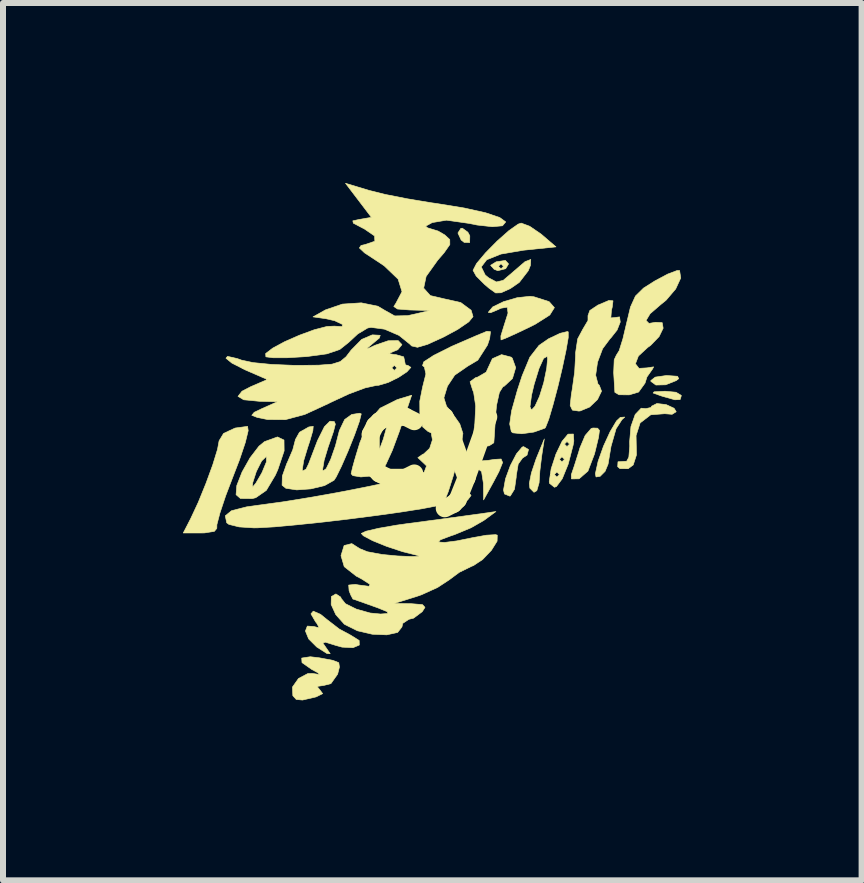
<source format=kicad_pcb>
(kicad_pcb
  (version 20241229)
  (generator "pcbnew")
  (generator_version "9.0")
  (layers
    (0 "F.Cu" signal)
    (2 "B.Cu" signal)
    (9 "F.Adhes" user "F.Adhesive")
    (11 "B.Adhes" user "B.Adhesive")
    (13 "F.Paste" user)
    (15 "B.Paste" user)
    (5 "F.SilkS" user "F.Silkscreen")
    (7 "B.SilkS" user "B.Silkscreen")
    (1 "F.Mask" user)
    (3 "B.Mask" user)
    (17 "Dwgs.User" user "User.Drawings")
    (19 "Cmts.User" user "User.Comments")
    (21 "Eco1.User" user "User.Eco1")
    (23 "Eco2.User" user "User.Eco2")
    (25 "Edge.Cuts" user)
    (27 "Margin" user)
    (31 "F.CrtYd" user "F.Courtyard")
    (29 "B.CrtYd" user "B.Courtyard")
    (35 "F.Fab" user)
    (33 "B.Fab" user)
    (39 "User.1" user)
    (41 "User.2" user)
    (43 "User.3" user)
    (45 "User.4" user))
  (footprint "cy"
    (layer "F.Cu")
    (at 4.073 4.225)
    (property "Reference" "cy" (at 0 0 0) (layer "F.SilkS") (effects (font (size 1.524 1.524) (thickness 0.3))))
    (attr through_hole)
    (fp_poly (pts (xy 0.676 -3.404) (xy 0.708 -3.344) (xy 0.706 -3.232) (xy 0.615 -3.234) (xy 0.564 -3.274) (xy 0.51 -3.391) (xy 0.559 -3.468) (xy 0.584 -3.471) (xy 0.676 -3.404)) (stroke (width 0.01) (type solid)) (fill yes) (layer "F.SilkS"))
    (fp_poly (pts (xy 4.171 -1.003) (xy 4.19 -0.963) (xy 4.149 -0.931) (xy 3.973 -0.861) (xy 3.81 -0.857) (xy 3.727 -0.917) (xy 3.725 -0.931) (xy 3.799 -0.989) (xy 3.98 -1.015) (xy 4 -1.015) (xy 4.171 -1.003)) (stroke (width 0.01) (type solid)) (fill yes) (layer "F.SilkS"))
    (fp_poly (pts (xy 4.145 -0.737) (xy 4.233 -0.684) (xy 4.233 -0.677) (xy 4.214 -0.615) (xy 4.127 -0.611) (xy 3.93 -0.666) (xy 3.895 -0.677) (xy 3.764 -0.724) (xy 3.78 -0.744) (xy 3.953 -0.753) (xy 3.958 -0.754) (xy 4.145 -0.737)) (stroke (width 0.01) (type solid)) (fill yes) (layer "F.SilkS"))
    (fp_poly (pts (xy 1.906 0.328) (xy 1.876 0.575) (xy 1.863 0.771) (xy 1.863 0.773) (xy 1.825 0.904) (xy 1.778 0.931) (xy 1.709 0.862) (xy 1.7 0.783) (xy 1.735 0.608) (xy 1.814 0.373) (xy 1.828 0.339) (xy 1.95 0.042) (xy 1.906 0.328)) (stroke (width 0.01) (type solid)) (fill yes) (layer "F.SilkS"))
    (fp_poly (pts (xy 1.354 -2.876) (xy 1.306 -2.796) (xy 1.175 -2.763) (xy 1.114 -2.786) (xy 1.07 -2.836) (xy 1.185 -2.836) (xy 1.228 -2.794) (xy 1.27 -2.836) (xy 1.228 -2.879) (xy 1.185 -2.836) (xy 1.07 -2.836) (xy 1.055 -2.853) (xy 1.148 -2.911) (xy 1.301 -2.934) (xy 1.354 -2.876)) (stroke (width 0.01) (type solid)) (fill yes) (layer "F.SilkS"))
    (fp_poly (pts (xy 3.244 -0.28) (xy 3.146 -0.128) (xy 3.062 0.165) (xy 3.013 0.461) (xy 2.963 0.582) (xy 2.88 0.665) (xy 2.812 0.675) (xy 2.801 0.621) (xy 2.847 0.414) (xy 2.937 0.161) (xy 3.048 -0.081) (xy 3.154 -0.259) (xy 3.217 -0.318) (xy 3.291 -0.323) (xy 3.244 -0.28)) (stroke (width 0.01) (type solid)) (fill yes) (layer "F.SilkS"))
    (fp_poly (pts (xy 1.687 0.218) (xy 1.662 0.311) (xy 1.587 0.36) (xy 1.515 0.46) (xy 1.482 0.656) (xy 1.482 0.677) (xy 1.453 0.879) (xy 1.384 0.991) (xy 1.376 0.995) (xy 1.286 0.959) (xy 1.27 0.893) (xy 1.303 0.707) (xy 1.384 0.486) (xy 1.486 0.29) (xy 1.58 0.178) (xy 1.604 0.169) (xy 1.687 0.218)) (stroke (width 0.01) (type solid)) (fill yes) (layer "F.SilkS"))
    (fp_poly (pts (xy 2.838 -0.138) (xy 2.869 -0.101) (xy 2.855 0.01) (xy 2.8 0.238) (xy 2.786 0.293) (xy 2.677 0.578) (xy 2.532 0.704) (xy 2.525 0.706) (xy 2.402 0.708) (xy 2.4 0.638) (xy 2.451 0.488) (xy 2.524 0.257) (xy 2.543 0.192) (xy 2.631 -0.016) (xy 2.731 -0.132) (xy 2.761 -0.141) (xy 2.838 -0.138)) (stroke (width 0.01) (type solid)) (fill yes) (layer "F.SilkS"))
    (fp_poly (pts (xy -2.986 -0.096) (xy -3.034 0.101) (xy -3.132 0.392) (xy -3.229 0.643) (xy -3.361 0.988) (xy -3.457 1.276) (xy -3.508 1.471) (xy -3.509 1.532) (xy -3.55 1.582) (xy -3.713 1.608) (xy -3.765 1.609) (xy -4.068 1.609) (xy -3.944 1.368) (xy -3.819 1.1) (xy -3.69 0.783) (xy -3.576 0.471) (xy -3.497 0.214) (xy -3.471 0.073) (xy -3.396 -0.051) (xy -3.204 -0.14) (xy -2.996 -0.168) (xy -2.986 -0.096)) (stroke (width 0.01) (type solid)) (fill yes) (layer "F.SilkS"))
    (fp_poly (pts (xy 1.778 -2.328) (xy 2.03 -2.247) (xy 2.118 -2.147) (xy 2.041 -2.024) (xy 1.8 -1.871) (xy 1.731 -1.836) (xy 1.48 -1.716) (xy 1.297 -1.634) (xy 1.228 -1.609) (xy 1.226 -1.676) (xy 1.272 -1.826) (xy 1.345 -2.056) (xy 1.332 -2.155) (xy 1.226 -2.137) (xy 1.185 -2.117) (xy 1.054 -2.062) (xy 1.016 -2.069) (xy 1.09 -2.159) (xy 1.271 -2.247) (xy 1.498 -2.313) (xy 1.711 -2.336) (xy 1.778 -2.328)) (stroke (width 0.01) (type solid)) (fill yes) (layer "F.SilkS"))
    (fp_poly (pts (xy 1.255 0.435) (xy 1.193 0.588) (xy 1.101 0.762) (xy 0.938 1.058) (xy 0.935 0.783) (xy 0.904 0.585) (xy 0.826 0.529) (xy 0.716 0.607) (xy 0.643 0.746) (xy 0.634 0.874) (xy 0.673 0.916) (xy 0.729 0.983) (xy 0.67 1.062) (xy 0.536 1.101) (xy 0.445 1.048) (xy 0.457 0.966) (xy 0.519 0.776) (xy 0.56 0.627) (xy 0.669 0.454) (xy 0.792 0.417) (xy 1.017 0.398) (xy 1.122 0.382) (xy 1.23 0.376) (xy 1.255 0.435)) (stroke (width 0.01) (type solid)) (fill yes) (layer "F.SilkS"))
    (fp_poly (pts (xy -1.78 2.965) (xy -1.678 3.048) (xy -1.468 3.21) (xy -1.277 3.313) (xy -1.136 3.401) (xy -1.134 3.477) (xy -1.239 3.521) (xy -1.421 3.512) (xy -1.527 3.483) (xy -1.7 3.429) (xy -1.741 3.444) (xy -1.692 3.515) (xy -1.619 3.622) (xy -1.672 3.619) (xy -1.844 3.509) (xy -1.978 3.375) (xy -2.032 3.243) (xy -2 3.161) (xy -1.893 3.168) (xy -1.802 3.19) (xy -1.84 3.119) (xy -1.863 3.09) (xy -1.94 2.957) (xy -1.901 2.912) (xy -1.78 2.965)) (stroke (width 0.01) (type solid)) (fill yes) (layer "F.SilkS"))
    (fp_poly (pts (xy -1.799 3.69) (xy -1.575 3.732) (xy -1.476 3.771) (xy -1.465 3.844) (xy -1.495 3.962) (xy -1.607 4.12) (xy -1.724 4.15) (xy -1.838 4.167) (xy -1.794 4.222) (xy -1.792 4.223) (xy -1.745 4.287) (xy -1.853 4.341) (xy -1.877 4.347) (xy -2.081 4.394) (xy -2.185 4.384) (xy -2.242 4.321) (xy -2.248 4.177) (xy -2.147 4.034) (xy -1.991 3.952) (xy -1.913 3.951) (xy -1.797 3.968) (xy -1.826 3.938) (xy -1.926 3.884) (xy -2.089 3.77) (xy -2.094 3.694) (xy -1.951 3.672) (xy -1.799 3.69)) (stroke (width 0.01) (type solid)) (fill yes) (layer "F.SilkS"))
    (fp_poly (pts (xy 3.98 -0.531) (xy 4.113 -0.47) (xy 4.149 -0.412) (xy 4.08 -0.369) (xy 3.958 -0.379) (xy 3.724 -0.361) (xy 3.547 -0.225) (xy 3.479 -0.013) (xy 3.48 0.013) (xy 3.486 0.308) (xy 3.432 0.475) (xy 3.347 0.538) (xy 3.211 0.537) (xy 3.173 0.504) (xy 3.178 0.422) (xy 3.32 0.413) (xy 3.323 0.413) (xy 3.359 0.345) (xy 3.374 0.162) (xy 3.372 0.089) (xy 3.394 -0.165) (xy 3.465 -0.366) (xy 3.565 -0.471) (xy 3.643 -0.464) (xy 3.728 -0.483) (xy 3.739 -0.505) (xy 3.827 -0.549) (xy 3.98 -0.531)) (stroke (width 0.01) (type solid)) (fill yes) (layer "F.SilkS"))
    (fp_poly (pts (xy 1.397 -1.322) (xy 1.416 -1.305) (xy 1.473 -1.147) (xy 1.419 -0.965) (xy 1.281 -0.837) (xy 1.261 -0.83) (xy 1.201 -0.734) (xy 1.155 -0.525) (xy 1.14 -0.378) (xy 1.124 -0.122) (xy 1.112 0.06) (xy 1.108 0.106) (xy 1.03 0.156) (xy 0.92 0.169) (xy 0.812 0.154) (xy 0.769 0.078) (xy 0.777 -0.102) (xy 0.792 -0.219) (xy 0.806 -0.507) (xy 0.772 -0.734) (xy 0.755 -0.775) (xy 0.712 -0.912) (xy 0.803 -0.979) (xy 0.84 -0.99) (xy 0.981 -1.072) (xy 1.016 -1.149) (xy 1.084 -1.296) (xy 1.237 -1.364) (xy 1.397 -1.322)) (stroke (width 0.01) (type solid)) (fill yes) (layer "F.SilkS"))
    (fp_poly (pts (xy -2.389 0.06) (xy -2.387 0.241) (xy -2.492 0.553) (xy -2.533 0.645) (xy -2.684 0.899) (xy -2.86 1.021) (xy -2.918 1.036) (xy -3.115 1.034) (xy -3.188 0.971) (xy -3.178 0.846) (xy -2.918 0.846) (xy -2.916 0.847) (xy -2.859 0.78) (xy -2.764 0.617) (xy -2.752 0.593) (xy -2.682 0.424) (xy -2.681 0.341) (xy -2.689 0.339) (xy -2.762 0.409) (xy -2.848 0.58) (xy -2.853 0.593) (xy -2.909 0.766) (xy -2.918 0.846) (xy -3.178 0.846) (xy -3.176 0.818) (xy -3.088 0.593) (xy -2.954 0.355) (xy -2.806 0.162) (xy -2.715 0.087) (xy -2.498 0.008) (xy -2.389 0.06)) (stroke (width 0.01) (type solid)) (fill yes) (layer "F.SilkS"))
    (fp_poly (pts (xy -0.47 -0.073) (xy -0.583 0.231) (xy -0.692 0.47) (xy -0.774 0.6) (xy -0.784 0.608) (xy -0.93 0.659) (xy -1.108 0.675) (xy -1.242 0.653) (xy -1.27 0.621) (xy -1.246 0.516) (xy -1.214 0.401) (xy -0.951 0.401) (xy -0.934 0.423) (xy -0.867 0.351) (xy -0.779 0.166) (xy -0.733 0.042) (xy -0.671 -0.179) (xy -0.658 -0.316) (xy -0.675 -0.339) (xy -0.741 -0.266) (xy -0.83 -0.081) (xy -0.876 0.042) (xy -0.938 0.263) (xy -0.951 0.401) (xy -1.214 0.401) (xy -1.185 0.302) (xy -1.124 0.103) (xy -0.979 -0.248) (xy -0.786 -0.472) (xy -0.506 -0.612) (xy -0.448 -0.631) (xy -0.261 -0.687) (xy -0.47 -0.073)) (stroke (width 0.01) (type solid)) (fill yes) (layer "F.SilkS"))
    (fp_poly (pts (xy 1.705 -3.504) (xy 1.891 -3.377) (xy 1.914 -3.358) (xy 2.145 -3.16) (xy 1.601 -3.104) (xy 1.227 -3.04) (xy 0.99 -2.945) (xy 0.899 -2.826) (xy 0.965 -2.691) (xy 1.024 -2.643) (xy 1.152 -2.575) (xy 1.265 -2.602) (xy 1.425 -2.738) (xy 1.429 -2.742) (xy 1.628 -2.913) (xy 1.724 -2.95) (xy 1.719 -2.852) (xy 1.682 -2.761) (xy 1.533 -2.568) (xy 1.384 -2.465) (xy 1.229 -2.395) (xy 1.139 -2.392) (xy 1.033 -2.467) (xy 0.953 -2.535) (xy 0.815 -2.673) (xy 0.762 -2.769) (xy 0.821 -2.883) (xy 0.969 -3.059) (xy 1.163 -3.256) (xy 1.359 -3.43) (xy 1.514 -3.539) (xy 1.565 -3.556) (xy 1.705 -3.504)) (stroke (width 0.01) (type solid)) (fill yes) (layer "F.SilkS"))
    (fp_poly (pts (xy 3.095 -2.261) (xy 3.082 -2.155) (xy 3.069 -2.103) (xy 3.059 -1.976) (xy 3.119 -1.981) (xy 3.204 -1.993) (xy 3.216 -1.907) (xy 3.163 -1.773) (xy 3.057 -1.639) (xy 3.048 -1.632) (xy 2.922 -1.463) (xy 2.837 -1.238) (xy 2.806 -1.021) (xy 2.845 -0.873) (xy 2.866 -0.854) (xy 2.904 -0.755) (xy 2.837 -0.616) (xy 2.705 -0.49) (xy 2.548 -0.425) (xy 2.524 -0.423) (xy 2.418 -0.439) (xy 2.381 -0.517) (xy 2.401 -0.702) (xy 2.415 -0.783) (xy 2.456 -1.076) (xy 2.471 -1.346) (xy 2.471 -1.393) (xy 2.506 -1.626) (xy 2.593 -1.789) (xy 2.678 -1.933) (xy 2.678 -2.014) (xy 2.709 -2.1) (xy 2.843 -2.189) (xy 3.027 -2.267) (xy 3.095 -2.261)) (stroke (width 0.01) (type solid)) (fill yes) (layer "F.SilkS"))
    (fp_poly (pts (xy 2.442 0.077) (xy 2.43 0.147) (xy 2.348 0.462) (xy 2.249 0.705) (xy 2.152 0.835) (xy 2.119 0.847) (xy 2.036 0.781) (xy 2.032 0.751) (xy 2.05 0.635) (xy 2.117 0.635) (xy 2.159 0.677) (xy 2.201 0.635) (xy 2.159 0.593) (xy 2.117 0.635) (xy 2.05 0.635) (xy 2.064 0.539) (xy 2.116 0.381) (xy 2.201 0.381) (xy 2.244 0.423) (xy 2.286 0.381) (xy 2.244 0.339) (xy 2.201 0.381) (xy 2.116 0.381) (xy 2.144 0.294) (xy 2.224 0.127) (xy 2.286 0.127) (xy 2.328 0.169) (xy 2.371 0.127) (xy 2.328 0.085) (xy 2.286 0.127) (xy 2.224 0.127) (xy 2.246 0.081) (xy 2.343 -0.036) (xy 2.351 -0.039) (xy 2.435 -0.04) (xy 2.442 0.077)) (stroke (width 0.01) (type solid)) (fill yes) (layer "F.SilkS"))
    (fp_poly (pts (xy 2.349 -1.743) (xy 2.349 -1.648) (xy 2.312 -1.434) (xy 2.251 -1.147) (xy 2.176 -0.831) (xy 2.096 -0.53) (xy 2.025 -0.289) (xy 1.971 -0.152) (xy 1.959 -0.138) (xy 1.777 -0.073) (xy 1.575 -0.045) (xy 1.427 -0.06) (xy 1.4 -0.08) (xy 1.373 -0.207) (xy 1.405 -0.428) (xy 1.424 -0.495) (xy 1.711 -0.495) (xy 1.736 -0.44) (xy 1.794 -0.503) (xy 1.87 -0.668) (xy 1.941 -0.898) (xy 1.99 -1.136) (xy 2.005 -1.299) (xy 1.996 -1.334) (xy 1.938 -1.301) (xy 1.862 -1.134) (xy 1.78 -0.868) (xy 1.737 -0.688) (xy 1.711 -0.495) (xy 1.424 -0.495) (xy 1.5 -0.766) (xy 1.58 -1.01) (xy 1.709 -1.321) (xy 1.862 -1.518) (xy 2.021 -1.628) (xy 2.213 -1.719) (xy 2.336 -1.749) (xy 2.349 -1.743)) (stroke (width 0.01) (type solid)) (fill yes) (layer "F.SilkS"))
    (fp_poly (pts (xy 4.205 -2.766) (xy 4.224 -2.641) (xy 4.14 -2.459) (xy 3.981 -2.272) (xy 3.89 -2.198) (xy 3.714 -2.046) (xy 3.646 -1.933) (xy 3.695 -1.884) (xy 3.803 -1.903) (xy 3.915 -1.897) (xy 3.931 -1.804) (xy 3.863 -1.664) (xy 3.723 -1.519) (xy 3.674 -1.484) (xy 3.518 -1.34) (xy 3.469 -1.211) (xy 3.528 -1.135) (xy 3.662 -1.143) (xy 3.772 -1.16) (xy 3.756 -1.127) (xy 3.661 -0.992) (xy 3.629 -0.889) (xy 3.522 -0.74) (xy 3.365 -0.693) (xy 3.195 -0.695) (xy 3.126 -0.735) (xy 3.106 -1.063) (xy 3.115 -1.278) (xy 3.151 -1.355) (xy 3.198 -1.43) (xy 3.26 -1.628) (xy 3.316 -1.865) (xy 3.386 -2.157) (xy 3.469 -2.34) (xy 3.604 -2.473) (xy 3.792 -2.592) (xy 4.01 -2.708) (xy 4.164 -2.766) (xy 4.205 -2.766)) (stroke (width 0.01) (type solid)) (fill yes) (layer "F.SilkS"))
    (fp_poly (pts (xy -1.101 -0.376) (xy -1.133 -0.249) (xy -1.213 -0.025) (xy -1.32 0.242) (xy -1.43 0.494) (xy -1.52 0.677) (xy -1.555 0.73) (xy -1.713 0.819) (xy -1.941 0.874) (xy -2.177 0.891) (xy -2.358 0.864) (xy -2.421 0.813) (xy -2.417 0.66) (xy -2.343 0.452) (xy -2.334 0.435) (xy -2.243 0.223) (xy -2.201 0.062) (xy -2.201 0.056) (xy -2.131 -0.07) (xy -1.976 -0.158) (xy -1.902 -0.169) (xy -1.908 -0.098) (xy -1.96 0.081) (xy -1.994 0.183) (xy -2.061 0.404) (xy -2.084 0.551) (xy -2.077 0.576) (xy -2.021 0.544) (xy -1.979 0.457) (xy -1.831 0.07) (xy -1.715 -0.163) (xy -1.626 -0.252) (xy -1.613 -0.254) (xy -1.551 -0.248) (xy -1.533 -0.205) (xy -1.564 -0.083) (xy -1.646 0.156) (xy -1.652 0.172) (xy -1.72 0.397) (xy -1.745 0.547) (xy -1.739 0.575) (xy -1.686 0.537) (xy -1.61 0.381) (xy -1.531 0.155) (xy -1.467 -0.094) (xy -1.466 -0.098) (xy -1.378 -0.282) (xy -1.261 -0.366) (xy -1.13 -0.387) (xy -1.101 -0.376)) (stroke (width 0.01) (type solid)) (fill yes) (layer "F.SilkS"))
    (fp_poly (pts (xy 1.053 -1.747) (xy 1.039 -1.633) (xy 1.003 -1.524) (xy 0.841 -1.271) (xy 0.674 -1.172) (xy 0.457 -1.022) (xy 0.335 -0.838) (xy 0.276 -0.644) (xy 0.32 -0.503) (xy 0.412 -0.393) (xy 0.541 -0.209) (xy 0.593 -0.05) (xy 0.569 0.12) (xy 0.51 0.377) (xy 0.431 0.662) (xy 0.349 0.92) (xy 0.28 1.092) (xy 0.259 1.125) (xy 0.156 1.158) (xy -0.083 1.204) (xy -0.425 1.258) (xy -0.838 1.316) (xy -1.289 1.374) (xy -1.746 1.428) (xy -2.177 1.473) (xy -2.547 1.507) (xy -2.826 1.523) (xy -2.89 1.524) (xy -3.137 1.508) (xy -3.307 1.466) (xy -3.344 1.439) (xy -3.368 1.323) (xy -3.264 1.238) (xy -3.014 1.174) (xy -2.816 1.146) (xy -2.413 1.091) (xy -1.962 1.018) (xy -1.494 0.935) (xy -1.043 0.847) (xy -0.641 0.762) (xy -0.319 0.685) (xy -0.112 0.624) (xy -0.052 0.594) (xy -0.013 0.491) (xy -0.083 0.424) (xy -0.158 0.354) (xy -0.078 0.298) (xy -0.061 0.292) (xy 0.039 0.198) (xy 0.085 0.057) (xy 0.065 -0.058) (xy 0.009 -0.085) (xy -0.077 -0.159) (xy -0.124 -0.344) (xy -0.126 -0.587) (xy -0.079 -0.823) (xy -0.024 -1.041) (xy -0.049 -1.156) (xy -0.08 -1.182) (xy -0.059 -1.244) (xy 0.108 -1.353) (xy 0.408 -1.503) (xy 0.828 -1.685) (xy 0.993 -1.753) (xy 1.053 -1.747)) (stroke (width 0.01) (type solid)) (fill yes) (layer "F.SilkS"))
    (fp_poly (pts (xy -0.785 -1.686) (xy -0.801 -1.639) (xy -0.894 -1.562) (xy -1.004 -1.47) (xy -0.976 -1.471) (xy -0.873 -1.519) (xy -0.653 -1.595) (xy -0.486 -1.598) (xy -0.423 -1.53) (xy -0.493 -1.445) (xy -0.572 -1.413) (xy -0.644 -1.382) (xy -0.553 -1.366) (xy -0.524 -1.364) (xy -0.394 -1.327) (xy -0.381 -1.27) (xy -0.366 -1.193) (xy -0.322 -1.183) (xy -0.274 -1.151) (xy -0.34 -1.077) (xy -0.479 -0.985) (xy -0.649 -0.901) (xy -0.81 -0.853) (xy -0.856 -0.849) (xy -1.038 -0.809) (xy -1.311 -0.707) (xy -1.618 -0.564) (xy -1.645 -0.55) (xy -2.044 -0.366) (xy -2.366 -0.28) (xy -2.663 -0.282) (xy -2.833 -0.316) (xy -2.926 -0.353) (xy -2.885 -0.403) (xy -2.748 -0.468) (xy -2.498 -0.579) (xy -2.801 -0.586) (xy -3.06 -0.611) (xy -3.156 -0.668) (xy -3.089 -0.754) (xy -2.944 -0.829) (xy -2.667 -0.949) (xy -3.039 -1.111) (xy -3.101 -1.143) (xy -0.593 -1.143) (xy -0.55 -1.101) (xy -0.508 -1.143) (xy -0.55 -1.185) (xy -0.593 -1.143) (xy -3.101 -1.143) (xy -3.258 -1.223) (xy -3.357 -1.304) (xy -3.33 -1.335) (xy -3.168 -1.298) (xy -3.097 -1.272) (xy -2.905 -1.231) (xy -2.602 -1.201) (xy -2.246 -1.186) (xy -2.159 -1.185) (xy -1.811 -1.188) (xy -1.589 -1.205) (xy -1.451 -1.248) (xy -1.354 -1.329) (xy -1.27 -1.439) (xy -1.095 -1.617) (xy -0.918 -1.693) (xy -0.909 -1.693) (xy -0.785 -1.686)) (stroke (width 0.01) (type solid)) (fill yes) (layer "F.SilkS"))
    (fp_poly (pts (xy 0.942 1.4) (xy 0.729 1.522) (xy 0.455 1.636) (xy 0.392 1.657) (xy 0.217 1.723) (xy 0.188 1.76) (xy 0.287 1.767) (xy 0.492 1.741) (xy 0.752 1.688) (xy 0.984 1.646) (xy 1.138 1.637) (xy 1.166 1.645) (xy 1.163 1.746) (xy 1.068 1.898) (xy 0.922 2.051) (xy 0.767 2.154) (xy 0.743 2.162) (xy 0.533 2.265) (xy 0.369 2.387) (xy 0.173 2.516) (xy -0.095 2.638) (xy -0.181 2.668) (xy -0.55 2.783) (xy -0.265 2.788) (xy -0.081 2.803) (xy -0.039 2.849) (xy -0.085 2.921) (xy -0.229 3.029) (xy -0.307 3.048) (xy -0.41 3.116) (xy -0.423 3.175) (xy -0.495 3.267) (xy -0.676 3.307) (xy -0.917 3.297) (xy -1.166 3.239) (xy -1.373 3.136) (xy -1.386 3.127) (xy -1.526 2.97) (xy -1.603 2.801) (xy -1.6 2.669) (xy -1.524 2.625) (xy -1.442 2.679) (xy -1.439 2.696) (xy -1.365 2.788) (xy -1.184 2.878) (xy -0.954 2.943) (xy -0.779 2.96) (xy -0.657 2.951) (xy -0.668 2.921) (xy -0.825 2.857) (xy -0.889 2.834) (xy -1.099 2.759) (xy -1.225 2.715) (xy -1.24 2.711) (xy -1.276 2.643) (xy -1.304 2.572) (xy -1.311 2.477) (xy -1.201 2.466) (xy -1.144 2.476) (xy -0.972 2.498) (xy -0.955 2.466) (xy -1.093 2.377) (xy -1.185 2.328) (xy -1.385 2.171) (xy -1.439 1.987) (xy -1.387 1.818) (xy -1.259 1.786) (xy -1.127 1.87) (xy -0.999 1.922) (xy -0.758 1.967) (xy -0.497 1.992) (xy -0.258 2.002) (xy -0.139 1.999) (xy -0.163 1.983) (xy -0.169 1.982) (xy -0.414 1.92) (xy -0.679 1.832) (xy -0.913 1.737) (xy -1.067 1.655) (xy -1.101 1.617) (xy -1.023 1.58) (xy -0.813 1.531) (xy -0.51 1.478) (xy -0.318 1.451) (xy 0.075 1.399) (xy 0.445 1.349) (xy 0.731 1.31) (xy 0.804 1.3) (xy 1.143 1.252) (xy 0.942 1.4)) (stroke (width 0.01) (type solid)) (fill yes) (layer "F.SilkS"))
    (fp_poly (pts (xy -0.973 -4.102) (xy -0.701 -4.034) (xy -0.33 -3.961) (xy 0.067 -3.895) (xy 0.154 -3.883) (xy 0.614 -3.808) (xy 0.97 -3.729) (xy 1.207 -3.649) (xy 1.307 -3.576) (xy 1.255 -3.514) (xy 1.25 -3.511) (xy 1.084 -3.496) (xy 0.83 -3.524) (xy 0.697 -3.551) (xy 0.319 -3.605) (xy 0.082 -3.565) (xy -0.028 -3.505) (xy 0.004 -3.477) (xy 0.005 -3.477) (xy 0.179 -3.424) (xy 0.291 -3.359) (xy 0.374 -3.282) (xy 0.375 -3.198) (xy 0.28 -3.062) (xy 0.173 -2.938) (xy -0.02 -2.668) (xy -0.061 -2.472) (xy 0.05 -2.348) (xy 0.254 -2.3) (xy 0.557 -2.232) (xy 0.73 -2.104) (xy 0.762 -1.997) (xy 0.692 -1.911) (xy 0.508 -1.785) (xy 0.279 -1.661) (xy 0.004 -1.535) (xy -0.164 -1.486) (xy -0.261 -1.508) (xy -0.292 -1.539) (xy -0.472 -1.684) (xy -0.714 -1.788) (xy -0.938 -1.818) (xy -0.994 -1.808) (xy -1.159 -1.709) (xy -1.312 -1.567) (xy -1.459 -1.45) (xy -1.673 -1.377) (xy -2.005 -1.332) (xy -2.032 -1.33) (xy -2.333 -1.312) (xy -2.573 -1.312) (xy -2.691 -1.327) (xy -2.695 -1.382) (xy -2.577 -1.472) (xy -2.377 -1.58) (xy -2.133 -1.687) (xy -1.886 -1.778) (xy -1.674 -1.833) (xy -1.551 -1.839) (xy -1.421 -1.831) (xy -1.412 -1.866) (xy -1.544 -1.929) (xy -1.693 -1.963) (xy -1.905 -1.993) (xy -1.699 -2.109) (xy -1.416 -2.206) (xy -1.101 -2.227) (xy -0.825 -2.171) (xy -0.706 -2.1) (xy -0.543 -2.009) (xy -0.326 -2.014) (xy -0.254 -2.03) (xy 0.042 -2.099) (xy -0.292 -2.108) (xy -0.498 -2.124) (xy -0.559 -2.166) (xy -0.525 -2.218) (xy -0.422 -2.413) (xy -0.487 -2.622) (xy -0.719 -2.844) (xy -0.828 -2.917) (xy -1.046 -3.06) (xy -1.133 -3.142) (xy -1.105 -3.183) (xy -1.037 -3.199) (xy -0.875 -3.254) (xy -0.879 -3.342) (xy -1.048 -3.458) (xy -1.079 -3.474) (xy -1.233 -3.555) (xy -1.242 -3.594) (xy -1.122 -3.62) (xy -0.932 -3.652) (xy -1.148 -3.936) (xy -1.364 -4.22) (xy -0.973 -4.102)) (stroke (width 0.01) (type solid)) (fill yes) (layer "F.SilkS")))
  (gr_rect
    (start -3 -3)
    (end 11.312 11.624)
    (stroke (width 0.1) (type default))
    (fill no)
    (layer "Edge.Cuts")))
</source>
